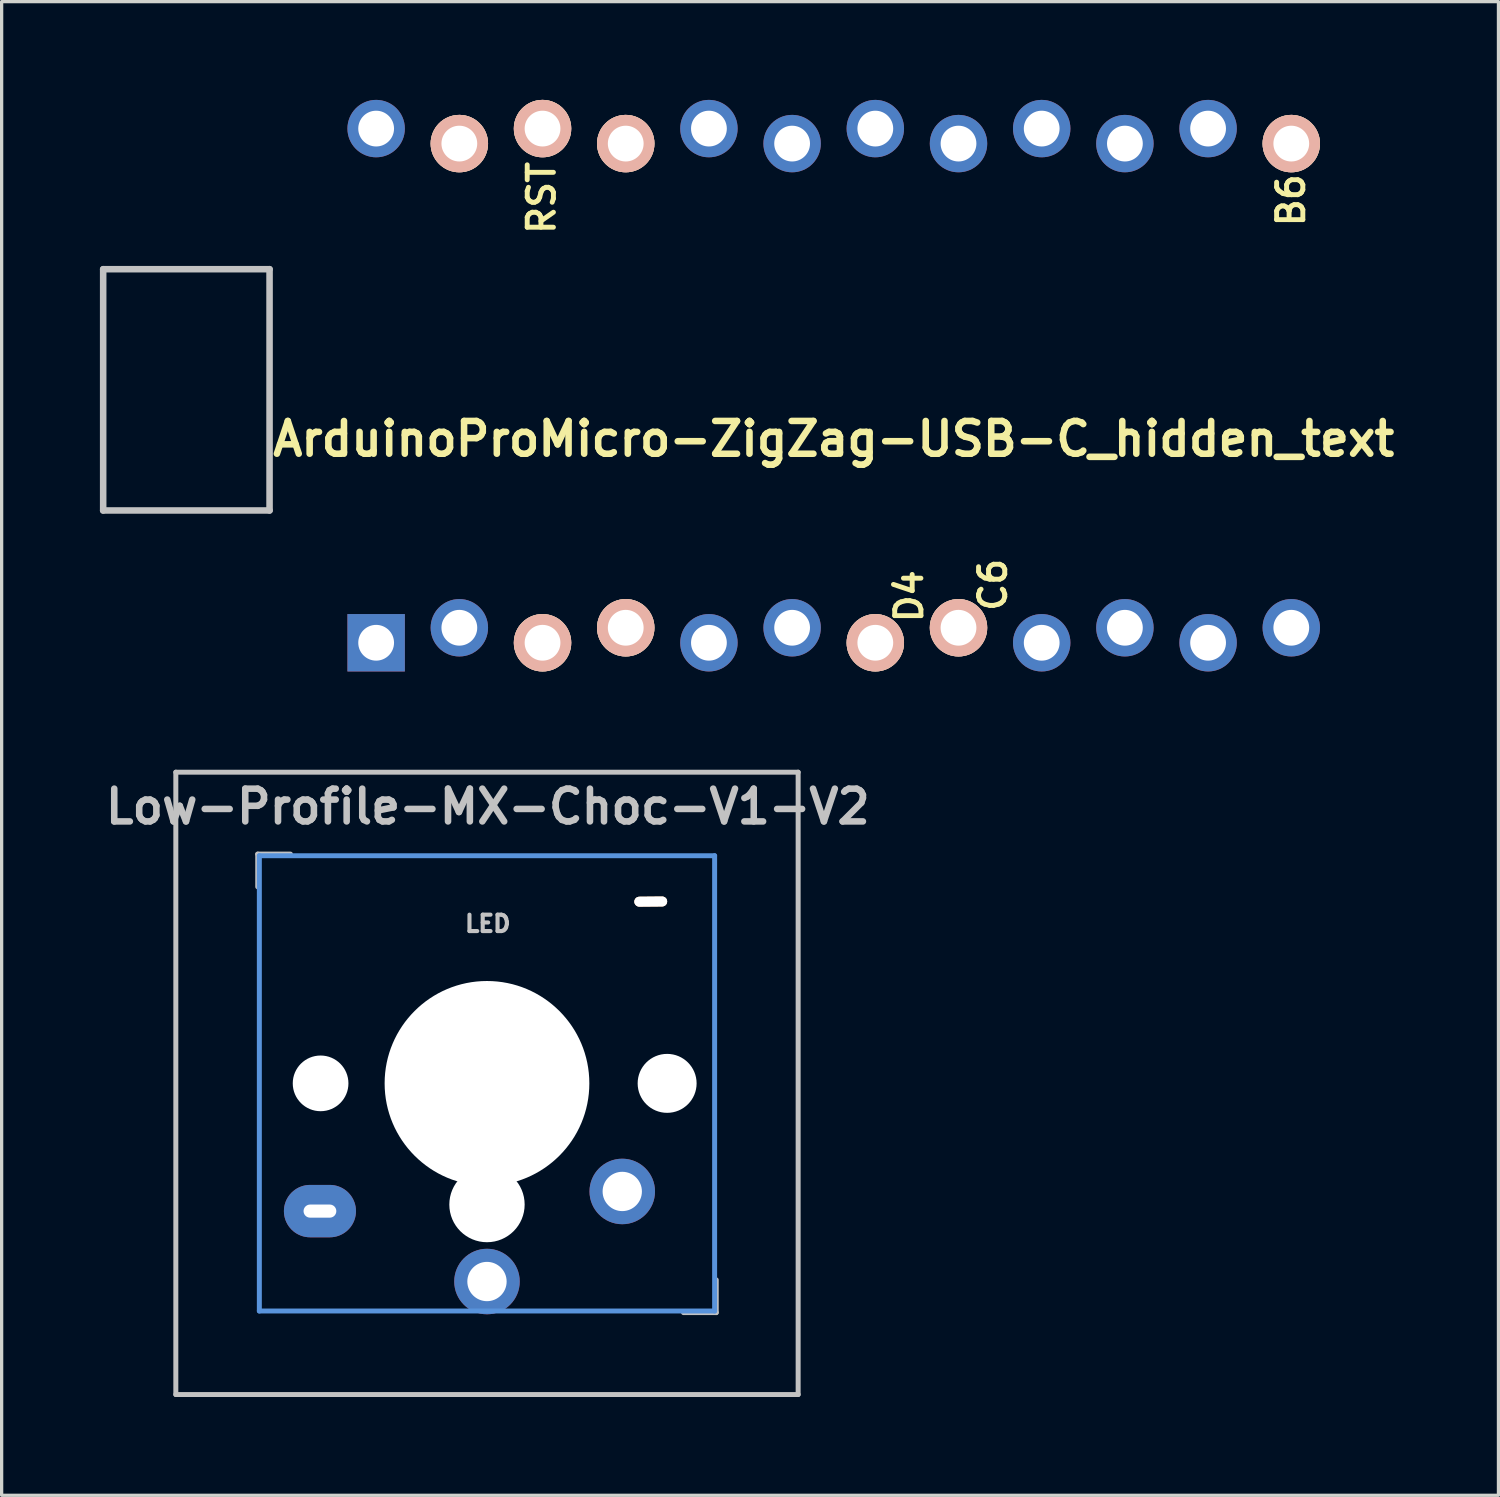
<source format=kicad_pcb>
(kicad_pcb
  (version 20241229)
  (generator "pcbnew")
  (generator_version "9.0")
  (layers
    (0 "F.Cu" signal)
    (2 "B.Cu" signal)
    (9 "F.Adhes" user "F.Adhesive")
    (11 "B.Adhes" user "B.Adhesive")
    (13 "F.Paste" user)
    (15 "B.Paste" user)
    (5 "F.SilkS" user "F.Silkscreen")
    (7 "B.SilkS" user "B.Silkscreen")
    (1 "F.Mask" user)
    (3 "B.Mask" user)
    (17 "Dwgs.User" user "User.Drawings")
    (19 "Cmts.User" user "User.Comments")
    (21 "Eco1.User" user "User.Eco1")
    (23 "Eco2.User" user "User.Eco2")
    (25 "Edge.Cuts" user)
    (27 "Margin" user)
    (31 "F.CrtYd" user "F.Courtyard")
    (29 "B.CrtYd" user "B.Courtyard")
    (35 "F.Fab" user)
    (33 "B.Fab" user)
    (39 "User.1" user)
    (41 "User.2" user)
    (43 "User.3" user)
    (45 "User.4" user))
  (footprint "Low-Profile-MX-Choc-V1-V2"
    (layer "F.Cu")
    (at 11.818 30.026)
    (property "Reference" "Low-Profile-MX-Choc-V1-V2" (at 0.025 -8.45 180) (layer "Dwgs.User") (effects (font (size 1 1) (thickness 0.2))))
    (attr through_hole)
    (fp_line (start -9.5 -9.5) (end 9.5 -9.5) (stroke (width 0.152) (type solid)) (layer "Dwgs.User"))
    (fp_line (start -9.5 9.5) (end -9.5 -9.5) (stroke (width 0.152) (type solid)) (layer "Dwgs.User"))
    (fp_line (start -7 -7) (end -6 -7) (stroke (width 0.15) (type solid)) (layer "Dwgs.User"))
    (fp_line (start -7 -6) (end -7 -7) (stroke (width 0.15) (type solid)) (layer "Dwgs.User"))
    (fp_line (start 6 7) (end 7 7) (stroke (width 0.15) (type solid)) (layer "Dwgs.User"))
    (fp_line (start 7 7) (end 7 6) (stroke (width 0.15) (type solid)) (layer "Dwgs.User"))
    (fp_line (start 9.5 -9.5) (end 9.5 9.5) (stroke (width 0.152) (type solid)) (layer "Dwgs.User"))
    (fp_line (start 9.5 9.5) (end -9.5 9.5) (stroke (width 0.152) (type solid)) (layer "Dwgs.User"))
    (fp_line (start -6.95 -6.95) (end 6.95 -6.95) (stroke (width 0.152) (type solid)) (layer "Cmts.User"))
    (fp_line (start -6.95 6.95) (end -6.95 -6.95) (stroke (width 0.152) (type solid)) (layer "Cmts.User"))
    (fp_line (start 6.95 -6.95) (end 6.95 6.95) (stroke (width 0.152) (type solid)) (layer "Cmts.User"))
    (fp_line (start 6.95 6.95) (end -6.95 6.95) (stroke (width 0.152) (type solid)) (layer "Cmts.User"))
    (fp_line (start -7.5 -7.5) (end 7.5 -7.5) (stroke (width 0.152) (type solid)) (layer "Eco2.User"))
    (fp_line (start -7.5 7.5) (end -7.5 -7.5) (stroke (width 0.152) (type solid)) (layer "Eco2.User"))
    (fp_line (start 7.5 -7.5) (end 7.5 7.5) (stroke (width 0.152) (type solid)) (layer "Eco2.User"))
    (fp_line (start 7.5 7.5) (end -7.5 7.5) (stroke (width 0.152) (type solid)) (layer "Eco2.User"))
    (fp_line (start -1.825 -6.425) (end -1.825 -3.325) (stroke (width 0.12) (type solid)) (layer "User.1"))
    (fp_line (start -1.825 -3.325) (end 1.775 -3.325) (stroke (width 0.12) (type solid)) (layer "User.1"))
    (fp_line (start -1.625 -6.275) (end -1.625 -3.475) (stroke (width 0.12) (type solid)) (layer "User.1"))
    (fp_line (start -1.625 -6.275) (end 1.575 -6.275) (stroke (width 0.12) (type solid)) (layer "User.1"))
    (fp_line (start -1.625 -3.475) (end 1.575 -3.475) (stroke (width 0.12) (type solid)) (layer "User.1"))
    (fp_line (start 1.575 -6.275) (end 1.575 -3.475) (stroke (width 0.12) (type solid)) (layer "User.1"))
    (fp_line (start 1.775 -6.425) (end -1.825 -6.425) (stroke (width 0.12) (type solid)) (layer "User.1"))
    (fp_line (start 1.775 -3.325) (end 1.775 -6.425) (stroke (width 0.12) (type solid)) (layer "User.1"))
    (fp_circle (center 0 -4.93) (end 1 -4.93) (stroke (width 0.1) (type solid)) (fill no) (layer "User.1"))
    (fp_text user "LED" (at 0.025 -4.875 0) (unlocked yes) (layer "Dwgs.User") (effects (font (size 0.5 0.5) (thickness 0.125))))
    (pad "" np_thru_hole circle (at -5.08 0) (size 1.7 1.7) (drill 1.7) (layers "*.Cu" "*.Mask"))
    (pad "" np_thru_hole circle (at 0 0 180) (size 6.25 6.25) (drill 6.25) (layers "*.Cu" "*.Mask"))
    (pad "" np_thru_hole circle (at 0 3.7 180) (size 2.3 2.3) (drill 2.3) (layers "*.Cu" "*.Mask"))
    (pad "" np_thru_hole oval (at 5 -5.55 0.5) (size 1 0.3) (drill oval 1 0.3) (layers "*.Cu" "*.SilkS"))
    (pad "" np_thru_hole circle (at 5.5 0 90) (size 1.8 1.8) (drill 1.8) (layers "*.Cu" "*.Mask"))
    (pad "1" thru_hole circle (at 0 6.05 180) (size 2 2) (drill 1.2) (layers "*.Cu" "B.Mask"))
    (pad "2" thru_hole oval (at -5.1 3.9) (size 2.2 1.6) (drill oval 1 0.4) (layers "*.Cu" "B.Mask"))
    (pad "2" thru_hole circle (at 4.13 3.3 41.9) (size 2 2) (drill 1.2) (layers "*.Cu" "B.Mask")))
  (footprint "ArduinoProMicro-ZigZag-USB-C_hidden_text"
    (layer "F.Cu")
    (at 22.404 8.725)
    (property "Reference" "ArduinoProMicro-ZigZag-USB-C_hidden_text" (at 0 1.625 180) (layer "F.SilkS") (effects (font (size 1 1) (thickness 0.2))))
    (attr through_hole)
    (fp_line (start -22.304 -3.556) (end -17.224 -3.556) (stroke (width 0.2) (type solid)) (layer "Dwgs.User"))
    (fp_line (start -22.304 3.81) (end -22.304 -3.556) (stroke (width 0.2) (type solid)) (layer "Dwgs.User"))
    (fp_line (start -17.224 -3.556) (end -17.224 3.81) (stroke (width 0.2) (type solid)) (layer "Dwgs.User"))
    (fp_line (start -17.224 3.81) (end -22.304 3.81) (stroke (width 0.2) (type solid)) (layer "Dwgs.User"))
    (fp_text user "C6" (at 4.86 6.08 90) (layer "F.SilkS") (effects (font (size 0.8 0.8) (thickness 0.15))))
    (fp_text user "RST" (at -8.92 -5.733 90) (layer "F.SilkS") (effects (font (size 0.8 0.8) (thickness 0.15))))
    (fp_text user "B6" (at 13.96 -5.66 90) (layer "F.SilkS") (effects (font (size 0.8 0.8) (thickness 0.15))))
    (fp_text user "D4" (at 2.3 6.43 90) (layer "F.SilkS") (effects (font (size 0.8 0.8) (thickness 0.15))))
    (pad "1" thru_hole rect (at -13.97 7.849) (size 1.753 1.753) (drill 1.092) (layers "*.Cu" "*.Mask"))
    (pad "2" thru_hole circle (at -11.43 7.391) (size 1.753 1.753) (drill 1.092) (layers "*.Cu" "*.Mask"))
    (pad "3" thru_hole circle (at -8.89 7.849) (size 1.753 1.753) (drill 1.092) (layers "*.Cu" "*.SilkS" "*.Mask"))
    (pad "4" thru_hole circle (at -6.35 7.391) (size 1.753 1.753) (drill 1.092) (layers "*.Cu" "*.SilkS" "*.Mask"))
    (pad "5" thru_hole circle (at -3.81 7.849) (size 1.753 1.753) (drill 1.092) (layers "*.Cu" "*.Mask"))
    (pad "6" thru_hole circle (at -1.27 7.391) (size 1.753 1.753) (drill 1.092) (layers "*.Cu" "*.Mask"))
    (pad "7" thru_hole circle (at 1.27 7.849) (size 1.753 1.753) (drill 1.092) (layers "*.Cu" "*.SilkS" "*.Mask"))
    (pad "8" thru_hole circle (at 3.81 7.391) (size 1.753 1.753) (drill 1.092) (layers "*.Cu" "*.SilkS" "*.Mask"))
    (pad "9" thru_hole circle (at 6.35 7.849) (size 1.753 1.753) (drill 1.092) (layers "*.Cu" "*.Mask"))
    (pad "10" thru_hole circle (at 8.89 7.391) (size 1.753 1.753) (drill 1.092) (layers "*.Cu" "*.Mask"))
    (pad "11" thru_hole circle (at 11.43 7.849) (size 1.753 1.753) (drill 1.092) (layers "*.Cu" "*.Mask"))
    (pad "12" thru_hole circle (at 13.97 7.391) (size 1.753 1.753) (drill 1.092) (layers "*.Cu" "*.Mask"))
    (pad "13" thru_hole circle (at 13.97 -7.391) (size 1.753 1.753) (drill 1.092) (layers "*.Cu" "*.SilkS" "*.Mask"))
    (pad "14" thru_hole circle (at 11.43 -7.849) (size 1.753 1.753) (drill 1.092) (layers "*.Cu" "*.Mask"))
    (pad "15" thru_hole circle (at 8.89 -7.391) (size 1.753 1.753) (drill 1.092) (layers "*.Cu" "*.Mask"))
    (pad "16" thru_hole circle (at 6.35 -7.849) (size 1.753 1.753) (drill 1.092) (layers "*.Cu" "*.Mask"))
    (pad "17" thru_hole circle (at 3.81 -7.391) (size 1.753 1.753) (drill 1.092) (layers "*.Cu" "*.Mask"))
    (pad "18" thru_hole circle (at 1.27 -7.849) (size 1.753 1.753) (drill 1.092) (layers "*.Cu" "*.Mask"))
    (pad "19" thru_hole circle (at -1.27 -7.391) (size 1.753 1.753) (drill 1.092) (layers "*.Cu" "*.Mask"))
    (pad "20" thru_hole circle (at -3.81 -7.849) (size 1.753 1.753) (drill 1.092) (layers "*.Cu" "*.Mask"))
    (pad "21" thru_hole circle (at -6.35 -7.391) (size 1.753 1.753) (drill 1.092) (layers "*.Cu" "*.SilkS" "*.Mask"))
    (pad "22" thru_hole circle (at -8.89 -7.849) (size 1.753 1.753) (drill 1.092) (layers "*.Cu" "*.SilkS" "*.Mask"))
    (pad "23" thru_hole circle (at -11.43 -7.391) (size 1.753 1.753) (drill 1.092) (layers "*.Cu" "*.SilkS" "*.Mask"))
    (pad "24" thru_hole circle (at -13.97 -7.849) (size 1.753 1.753) (drill 1.092) (layers "*.Cu" "*.Mask")))
  (gr_rect
    (start -3 -3)
    (end 42.699 42.602)
    (stroke (width 0.1) (type default))
    (fill no)
    (layer "Edge.Cuts")))
</source>
